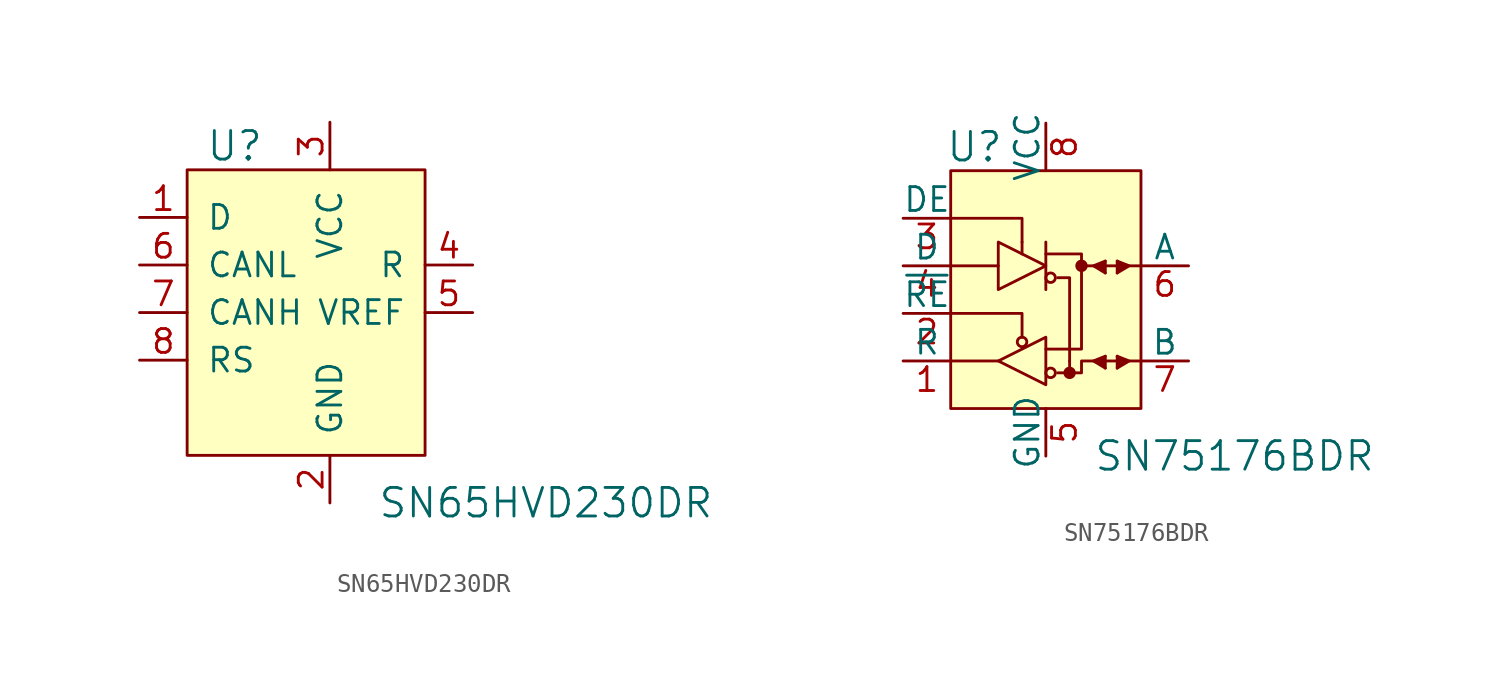
<source format=kicad_sym>
(kicad_symbol_lib
  (version 20220914)
  (generator kicad_symbol_editor)
  (symbol "SN65HVD230DR"
    (pin_names
      (offset 1.016))
    (property "Reference" "U"
      (at -2.54 1.27 0)
      (effects (font (size 1.524 1.524))))
    (property "Value" "SN65HVD230DR"
      (at 5.08 -17.78 0)
      (effects (font (size 1.524 1.524)) (justify left)))
    (symbol "SN65HVD230DR_0_1"
      (rectangle (start -5.08 0) (end 7.62 -15.24) (stroke (width 0) (type default)) (fill (type background))))
    (symbol "SN65HVD230DR_1_1"
      (pin input line (at -7.62 -2.54 0) (length 2.54) (name "D" (effects (font (size 1.27 1.27)))) (number "1" (effects (font (size 1.27 1.27)))))
      (pin power_in line (at 2.54 -17.78 90) (length 2.54) (name "GND" (effects (font (size 1.27 1.27)))) (number "2" (effects (font (size 1.27 1.27)))))
      (pin power_in line (at 2.54 2.54 270) (length 2.54) (name "VCC" (effects (font (size 1.27 1.27)))) (number "3" (effects (font (size 1.27 1.27)))))
      (pin output line (at 10.16 -5.08 180) (length 2.54) (name "R" (effects (font (size 1.27 1.27)))) (number "4" (effects (font (size 1.27 1.27)))))
      (pin output line (at 10.16 -7.62 180) (length 2.54) (name "VREF" (effects (font (size 1.27 1.27)))) (number "5" (effects (font (size 1.27 1.27)))))
      (pin bidirectional line (at -7.62 -5.08 0) (length 2.54) (name "CANL" (effects (font (size 1.27 1.27)))) (number "6" (effects (font (size 1.27 1.27)))))
      (pin bidirectional line (at -7.62 -7.62 0) (length 2.54) (name "CANH" (effects (font (size 1.27 1.27)))) (number "7" (effects (font (size 1.27 1.27)))))
      (pin input line (at -7.62 -10.16 0) (length 2.54) (name "RS" (effects (font (size 1.27 1.27)))) (number "8" (effects (font (size 1.27 1.27)))))))
  (symbol "SN75176BDR"
    (pin_names
      (offset 0))
    (property "Reference" "U"
      (at -3.81 6.35 0)
      (effects (font (size 1.524 1.524))))
    (property "Value" "SN75176BDR"
      (at 2.54 -10.16 0)
      (effects (font (size 1.524 1.524)) (justify left)))
    (symbol "SN75176BDR_0_1"
      (rectangle (start -5.08 5.08) (end 5.08 -7.62) (stroke (width 0) (type default)) (fill (type background)))
      (circle (center -1.27 -4.064) (radius 0.254) (stroke (width 0) (type default)) (fill (type none)))
      (polyline (pts (xy -5.08 0) (xy -2.54 0)) (stroke (width 0) (type default)) (fill (type none)))
      (polyline (pts (xy -2.54 -5.08) (xy -5.08 -5.08)) (stroke (width 0) (type default)) (fill (type none)))
      (polyline (pts (xy -1.27 1.27) (xy -1.27 0.635)) (stroke (width 0) (type default)) (fill (type none)))
      (polyline (pts (xy 0 1.27) (xy 0 -1.27)) (stroke (width 0) (type default)) (fill (type none)))
      (polyline (pts (xy 1.27 -5.08) (xy 1.27 -5.715)) (stroke (width 0) (type default)) (fill (type none)))
      (polyline (pts (xy 3.175 -4.826) (xy 3.175 -5.461)) (stroke (width 0) (type default)) (fill (type outline)))
      (polyline (pts (xy 3.175 0.254) (xy 3.175 -0.381)) (stroke (width 0) (type default)) (fill (type outline)))
      (polyline (pts (xy 3.81 -5.08) (xy 3.175 -5.08)) (stroke (width 0) (type default)) (fill (type none)))
      (polyline (pts (xy 3.81 -4.826) (xy 3.81 -5.461)) (stroke (width 0) (type default)) (fill (type outline)))
      (polyline (pts (xy 3.81 0.254) (xy 3.81 -0.381)) (stroke (width 0) (type default)) (fill (type outline)))
      (polyline (pts (xy 5.08 -5.08) (xy 4.445 -5.08)) (stroke (width 0) (type default)) (fill (type none)))
      (polyline (pts (xy -5.08 -2.54) (xy -1.27 -2.54) (xy -1.27 -3.81)) (stroke (width 0) (type default)) (fill (type none)))
      (polyline (pts (xy -1.27 1.27) (xy -1.27 2.54) (xy -5.08 2.54)) (stroke (width 0) (type default)) (fill (type none)))
      (polyline (pts (xy 0 0.635) (xy 1.905 0.635) (xy 1.905 0)) (stroke (width 0) (type default)) (fill (type none)))
      (polyline (pts (xy 1.27 -5.08) (xy 1.27 -0.635) (xy 0.635 -0.635)) (stroke (width 0) (type default)) (fill (type none)))
      (polyline (pts (xy 3.175 -4.826) (xy 2.54 -5.08) (xy 3.175 -5.461)) (stroke (width 0) (type default)) (fill (type outline)))
      (polyline (pts (xy 3.175 0.254) (xy 2.54 0) (xy 3.175 -0.381)) (stroke (width 0) (type default)) (fill (type outline)))
      (polyline (pts (xy 3.81 -4.826) (xy 4.445 -5.08) (xy 3.81 -5.461)) (stroke (width 0) (type default)) (fill (type outline)))
      (polyline (pts (xy 3.81 0.254) (xy 4.445 0) (xy 3.81 -0.381)) (stroke (width 0) (type default)) (fill (type outline)))
      (polyline (pts (xy -2.54 1.27) (xy -2.54 -1.27) (xy 0 0) (xy -2.54 1.27)) (stroke (width 0) (type default)) (fill (type none)))
      (polyline (pts (xy 0 -3.81) (xy 0 -6.35) (xy -2.54 -5.08) (xy 0 -3.81)) (stroke (width 0) (type default)) (fill (type none)))
      (polyline (pts (xy 2.54 -5.08) (xy 1.905 -5.08) (xy 1.905 -5.715) (xy 0.635 -5.715)) (stroke (width 0) (type default)) (fill (type none)))
      (polyline (pts (xy 5.08 0) (xy 1.905 0) (xy 1.905 -4.445) (xy 0 -4.445)) (stroke (width 0) (type default)) (fill (type none)))
      (circle (center 0.254 -5.715) (radius 0.254) (stroke (width 0) (type default)) (fill (type none)))
      (circle (center 0.254 -0.635) (radius 0.254) (stroke (width 0) (type default)) (fill (type none)))
      (circle (center 1.27 -5.715) (radius 0.254) (stroke (width 0) (type default)) (fill (type outline)))
      (circle (center 1.905 0) (radius 0.254) (stroke (width 0) (type default)) (fill (type outline))))
    (symbol "SN75176BDR_1_1"
      (pin output line (at -7.62 -5.08 0) (length 2.54) (name "R" (effects (font (size 1.27 1.27)))) (number "1" (effects (font (size 1.27 1.27)))))
      (pin input line (at -7.62 -2.54 0) (length 2.54) (name "~{RE}" (effects (font (size 1.27 1.27)))) (number "2" (effects (font (size 1.27 1.27)))))
      (pin input line (at -7.62 2.54 0) (length 2.54) (name "DE" (effects (font (size 1.27 1.27)))) (number "3" (effects (font (size 1.27 1.27)))))
      (pin input line (at -7.62 0 0) (length 2.54) (name "D" (effects (font (size 1.27 1.27)))) (number "4" (effects (font (size 1.27 1.27)))))
      (pin power_in line (at 0 -10.16 90) (length 2.54) (name "GND" (effects (font (size 1.27 1.27)))) (number "5" (effects (font (size 1.27 1.27)))))
      (pin bidirectional line (at 7.62 0 180) (length 2.54) (name "A" (effects (font (size 1.27 1.27)))) (number "6" (effects (font (size 1.27 1.27)))))
      (pin bidirectional line (at 7.62 -5.08 180) (length 2.54) (name "B" (effects (font (size 1.27 1.27)))) (number "7" (effects (font (size 1.27 1.27)))))
      (pin power_in line (at 0 7.62 270) (length 2.54) (name "VCC" (effects (font (size 1.27 1.27)))) (number "8" (effects (font (size 1.27 1.27))))))))
</source>
